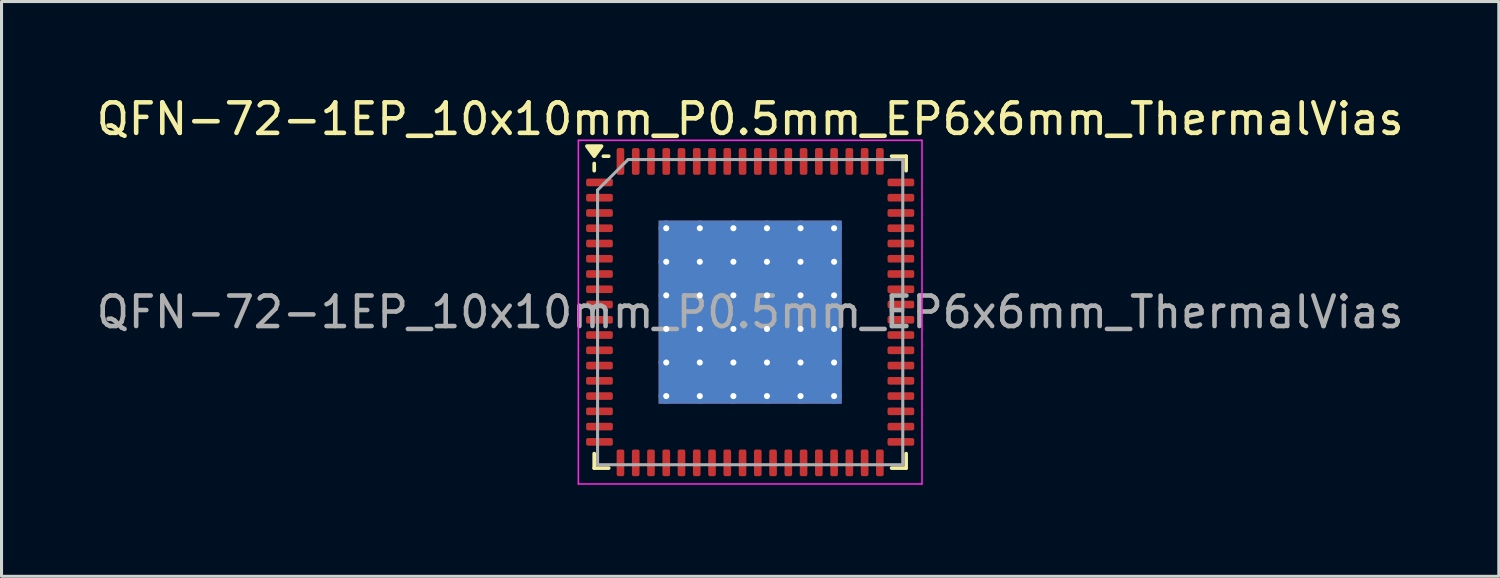
<source format=kicad_pcb>
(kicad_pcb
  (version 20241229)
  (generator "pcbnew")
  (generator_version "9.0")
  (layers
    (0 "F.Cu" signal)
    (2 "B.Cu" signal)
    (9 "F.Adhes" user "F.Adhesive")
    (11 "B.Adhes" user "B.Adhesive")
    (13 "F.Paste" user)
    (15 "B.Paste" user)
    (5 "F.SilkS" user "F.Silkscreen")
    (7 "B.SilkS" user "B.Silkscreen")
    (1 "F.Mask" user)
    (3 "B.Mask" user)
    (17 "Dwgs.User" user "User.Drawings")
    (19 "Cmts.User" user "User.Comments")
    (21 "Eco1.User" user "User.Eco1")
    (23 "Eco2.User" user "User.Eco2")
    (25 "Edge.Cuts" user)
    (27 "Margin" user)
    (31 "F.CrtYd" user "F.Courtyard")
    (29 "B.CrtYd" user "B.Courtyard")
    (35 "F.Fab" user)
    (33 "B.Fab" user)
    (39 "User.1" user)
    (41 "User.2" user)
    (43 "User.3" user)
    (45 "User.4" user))
  (footprint "QFN-72-1EP_10x10mm_P0.5mm_EP6x6mm_ThermalVias"
    (layer "F.Cu")
    (at 21.53 7.178)
    (property "Reference" "QFN-72-1EP_10x10mm_P0.5mm_EP6x6mm_ThermalVias" (at 0 -6.33 0) (layer "F.SilkS") (effects (font (size 1 1) (thickness 0.15))))
    (attr smd)
    (fp_line (start -5.11 -4.635) (end -5.11 -4.87) (stroke (width 0.12) (type solid)) (layer "F.SilkS"))
    (fp_line (start -5.11 5.11) (end -5.11 4.635) (stroke (width 0.12) (type solid)) (layer "F.SilkS"))
    (fp_line (start -4.635 -5.11) (end -4.81 -5.11) (stroke (width 0.12) (type solid)) (layer "F.SilkS"))
    (fp_line (start -4.635 5.11) (end -5.11 5.11) (stroke (width 0.12) (type solid)) (layer "F.SilkS"))
    (fp_line (start 4.635 -5.11) (end 5.11 -5.11) (stroke (width 0.12) (type solid)) (layer "F.SilkS"))
    (fp_line (start 4.635 5.11) (end 5.11 5.11) (stroke (width 0.12) (type solid)) (layer "F.SilkS"))
    (fp_line (start 5.11 -5.11) (end 5.11 -4.635) (stroke (width 0.12) (type solid)) (layer "F.SilkS"))
    (fp_line (start 5.11 5.11) (end 5.11 4.635) (stroke (width 0.12) (type solid)) (layer "F.SilkS"))
    (fp_poly (pts (xy -5.11 -5.11) (xy -5.35 -5.44) (xy -4.87 -5.44) (xy -5.11 -5.11)) (stroke (width 0.12) (type solid)) (fill yes) (layer "F.SilkS"))
    (fp_line (start -5.63 -5.63) (end -5.63 5.63) (stroke (width 0.05) (type solid)) (layer "F.CrtYd"))
    (fp_line (start -5.63 5.63) (end 5.63 5.63) (stroke (width 0.05) (type solid)) (layer "F.CrtYd"))
    (fp_line (start 5.63 -5.63) (end -5.63 -5.63) (stroke (width 0.05) (type solid)) (layer "F.CrtYd"))
    (fp_line (start 5.63 5.63) (end 5.63 -5.63) (stroke (width 0.05) (type solid)) (layer "F.CrtYd"))
    (fp_line (start -5 -4) (end -4 -5) (stroke (width 0.1) (type solid)) (layer "F.Fab"))
    (fp_line (start -5 5) (end -5 -4) (stroke (width 0.1) (type solid)) (layer "F.Fab"))
    (fp_line (start -4 -5) (end 5 -5) (stroke (width 0.1) (type solid)) (layer "F.Fab"))
    (fp_line (start 5 -5) (end 5 5) (stroke (width 0.1) (type solid)) (layer "F.Fab"))
    (fp_line (start 5 5) (end -5 5) (stroke (width 0.1) (type solid)) (layer "F.Fab"))
    (fp_text user "${REFERENCE}" (at 0 0 0) (layer "F.Fab") (effects (font (size 1 1) (thickness 0.15))))
    (pad "" smd roundrect (at -2.2 -2.2) (size 0.93 0.93) (layers "F.Paste") (roundrect_rratio 0.25))
    (pad "" smd roundrect (at -2.2 -1.1) (size 0.93 0.93) (layers "F.Paste") (roundrect_rratio 0.25))
    (pad "" smd roundrect (at -2.2 0) (size 0.93 0.93) (layers "F.Paste") (roundrect_rratio 0.25))
    (pad "" smd roundrect (at -2.2 1.1) (size 0.93 0.93) (layers "F.Paste") (roundrect_rratio 0.25))
    (pad "" smd roundrect (at -2.2 2.2) (size 0.93 0.93) (layers "F.Paste") (roundrect_rratio 0.25))
    (pad "" smd roundrect (at -1.1 -2.2) (size 0.93 0.93) (layers "F.Paste") (roundrect_rratio 0.25))
    (pad "" smd roundrect (at -1.1 -1.1) (size 0.93 0.93) (layers "F.Paste") (roundrect_rratio 0.25))
    (pad "" smd roundrect (at -1.1 0) (size 0.93 0.93) (layers "F.Paste") (roundrect_rratio 0.25))
    (pad "" smd roundrect (at -1.1 1.1) (size 0.93 0.93) (layers "F.Paste") (roundrect_rratio 0.25))
    (pad "" smd roundrect (at -1.1 2.2) (size 0.93 0.93) (layers "F.Paste") (roundrect_rratio 0.25))
    (pad "" smd roundrect (at 0 -2.2) (size 0.93 0.93) (layers "F.Paste") (roundrect_rratio 0.25))
    (pad "" smd roundrect (at 0 -1.1) (size 0.93 0.93) (layers "F.Paste") (roundrect_rratio 0.25))
    (pad "" smd roundrect (at 0 0) (size 0.93 0.93) (layers "F.Paste") (roundrect_rratio 0.25))
    (pad "" smd roundrect (at 0 1.1) (size 0.93 0.93) (layers "F.Paste") (roundrect_rratio 0.25))
    (pad "" smd roundrect (at 0 2.2) (size 0.93 0.93) (layers "F.Paste") (roundrect_rratio 0.25))
    (pad "" smd roundrect (at 1.1 -2.2) (size 0.93 0.93) (layers "F.Paste") (roundrect_rratio 0.25))
    (pad "" smd roundrect (at 1.1 -1.1) (size 0.93 0.93) (layers "F.Paste") (roundrect_rratio 0.25))
    (pad "" smd roundrect (at 1.1 0) (size 0.93 0.93) (layers "F.Paste") (roundrect_rratio 0.25))
    (pad "" smd roundrect (at 1.1 1.1) (size 0.93 0.93) (layers "F.Paste") (roundrect_rratio 0.25))
    (pad "" smd roundrect (at 1.1 2.2) (size 0.93 0.93) (layers "F.Paste") (roundrect_rratio 0.25))
    (pad "" smd roundrect (at 2.2 -2.2) (size 0.93 0.93) (layers "F.Paste") (roundrect_rratio 0.25))
    (pad "" smd roundrect (at 2.2 -1.1) (size 0.93 0.93) (layers "F.Paste") (roundrect_rratio 0.25))
    (pad "" smd roundrect (at 2.2 0) (size 0.93 0.93) (layers "F.Paste") (roundrect_rratio 0.25))
    (pad "" smd roundrect (at 2.2 1.1) (size 0.93 0.93) (layers "F.Paste") (roundrect_rratio 0.25))
    (pad "" smd roundrect (at 2.2 2.2) (size 0.93 0.93) (layers "F.Paste") (roundrect_rratio 0.25))
    (pad "1" smd roundrect (at -4.938 -4.25) (size 0.875 0.25) (layers "F.Cu" "F.Mask" "F.Paste") (roundrect_rratio 0.25))
    (pad "2" smd roundrect (at -4.938 -3.75) (size 0.875 0.25) (layers "F.Cu" "F.Mask" "F.Paste") (roundrect_rratio 0.25))
    (pad "3" smd roundrect (at -4.938 -3.25) (size 0.875 0.25) (layers "F.Cu" "F.Mask" "F.Paste") (roundrect_rratio 0.25))
    (pad "4" smd roundrect (at -4.938 -2.75) (size 0.875 0.25) (layers "F.Cu" "F.Mask" "F.Paste") (roundrect_rratio 0.25))
    (pad "5" smd roundrect (at -4.938 -2.25) (size 0.875 0.25) (layers "F.Cu" "F.Mask" "F.Paste") (roundrect_rratio 0.25))
    (pad "6" smd roundrect (at -4.938 -1.75) (size 0.875 0.25) (layers "F.Cu" "F.Mask" "F.Paste") (roundrect_rratio 0.25))
    (pad "7" smd roundrect (at -4.938 -1.25) (size 0.875 0.25) (layers "F.Cu" "F.Mask" "F.Paste") (roundrect_rratio 0.25))
    (pad "8" smd roundrect (at -4.938 -0.75) (size 0.875 0.25) (layers "F.Cu" "F.Mask" "F.Paste") (roundrect_rratio 0.25))
    (pad "9" smd roundrect (at -4.938 -0.25) (size 0.875 0.25) (layers "F.Cu" "F.Mask" "F.Paste") (roundrect_rratio 0.25))
    (pad "10" smd roundrect (at -4.938 0.25) (size 0.875 0.25) (layers "F.Cu" "F.Mask" "F.Paste") (roundrect_rratio 0.25))
    (pad "11" smd roundrect (at -4.938 0.75) (size 0.875 0.25) (layers "F.Cu" "F.Mask" "F.Paste") (roundrect_rratio 0.25))
    (pad "12" smd roundrect (at -4.938 1.25) (size 0.875 0.25) (layers "F.Cu" "F.Mask" "F.Paste") (roundrect_rratio 0.25))
    (pad "13" smd roundrect (at -4.938 1.75) (size 0.875 0.25) (layers "F.Cu" "F.Mask" "F.Paste") (roundrect_rratio 0.25))
    (pad "14" smd roundrect (at -4.938 2.25) (size 0.875 0.25) (layers "F.Cu" "F.Mask" "F.Paste") (roundrect_rratio 0.25))
    (pad "15" smd roundrect (at -4.938 2.75) (size 0.875 0.25) (layers "F.Cu" "F.Mask" "F.Paste") (roundrect_rratio 0.25))
    (pad "16" smd roundrect (at -4.938 3.25) (size 0.875 0.25) (layers "F.Cu" "F.Mask" "F.Paste") (roundrect_rratio 0.25))
    (pad "17" smd roundrect (at -4.938 3.75) (size 0.875 0.25) (layers "F.Cu" "F.Mask" "F.Paste") (roundrect_rratio 0.25))
    (pad "18" smd roundrect (at -4.938 4.25) (size 0.875 0.25) (layers "F.Cu" "F.Mask" "F.Paste") (roundrect_rratio 0.25))
    (pad "19" smd roundrect (at -4.25 4.938) (size 0.25 0.875) (layers "F.Cu" "F.Mask" "F.Paste") (roundrect_rratio 0.25))
    (pad "20" smd roundrect (at -3.75 4.938) (size 0.25 0.875) (layers "F.Cu" "F.Mask" "F.Paste") (roundrect_rratio 0.25))
    (pad "21" smd roundrect (at -3.25 4.938) (size 0.25 0.875) (layers "F.Cu" "F.Mask" "F.Paste") (roundrect_rratio 0.25))
    (pad "22" smd roundrect (at -2.75 4.938) (size 0.25 0.875) (layers "F.Cu" "F.Mask" "F.Paste") (roundrect_rratio 0.25))
    (pad "23" smd roundrect (at -2.25 4.938) (size 0.25 0.875) (layers "F.Cu" "F.Mask" "F.Paste") (roundrect_rratio 0.25))
    (pad "24" smd roundrect (at -1.75 4.938) (size 0.25 0.875) (layers "F.Cu" "F.Mask" "F.Paste") (roundrect_rratio 0.25))
    (pad "25" smd roundrect (at -1.25 4.938) (size 0.25 0.875) (layers "F.Cu" "F.Mask" "F.Paste") (roundrect_rratio 0.25))
    (pad "26" smd roundrect (at -0.75 4.938) (size 0.25 0.875) (layers "F.Cu" "F.Mask" "F.Paste") (roundrect_rratio 0.25))
    (pad "27" smd roundrect (at -0.25 4.938) (size 0.25 0.875) (layers "F.Cu" "F.Mask" "F.Paste") (roundrect_rratio 0.25))
    (pad "28" smd roundrect (at 0.25 4.938) (size 0.25 0.875) (layers "F.Cu" "F.Mask" "F.Paste") (roundrect_rratio 0.25))
    (pad "29" smd roundrect (at 0.75 4.938) (size 0.25 0.875) (layers "F.Cu" "F.Mask" "F.Paste") (roundrect_rratio 0.25))
    (pad "30" smd roundrect (at 1.25 4.938) (size 0.25 0.875) (layers "F.Cu" "F.Mask" "F.Paste") (roundrect_rratio 0.25))
    (pad "31" smd roundrect (at 1.75 4.938) (size 0.25 0.875) (layers "F.Cu" "F.Mask" "F.Paste") (roundrect_rratio 0.25))
    (pad "32" smd roundrect (at 2.25 4.938) (size 0.25 0.875) (layers "F.Cu" "F.Mask" "F.Paste") (roundrect_rratio 0.25))
    (pad "33" smd roundrect (at 2.75 4.938) (size 0.25 0.875) (layers "F.Cu" "F.Mask" "F.Paste") (roundrect_rratio 0.25))
    (pad "34" smd roundrect (at 3.25 4.938) (size 0.25 0.875) (layers "F.Cu" "F.Mask" "F.Paste") (roundrect_rratio 0.25))
    (pad "35" smd roundrect (at 3.75 4.938) (size 0.25 0.875) (layers "F.Cu" "F.Mask" "F.Paste") (roundrect_rratio 0.25))
    (pad "36" smd roundrect (at 4.25 4.938) (size 0.25 0.875) (layers "F.Cu" "F.Mask" "F.Paste") (roundrect_rratio 0.25))
    (pad "37" smd roundrect (at 4.938 4.25) (size 0.875 0.25) (layers "F.Cu" "F.Mask" "F.Paste") (roundrect_rratio 0.25))
    (pad "38" smd roundrect (at 4.938 3.75) (size 0.875 0.25) (layers "F.Cu" "F.Mask" "F.Paste") (roundrect_rratio 0.25))
    (pad "39" smd roundrect (at 4.938 3.25) (size 0.875 0.25) (layers "F.Cu" "F.Mask" "F.Paste") (roundrect_rratio 0.25))
    (pad "40" smd roundrect (at 4.938 2.75) (size 0.875 0.25) (layers "F.Cu" "F.Mask" "F.Paste") (roundrect_rratio 0.25))
    (pad "41" smd roundrect (at 4.938 2.25) (size 0.875 0.25) (layers "F.Cu" "F.Mask" "F.Paste") (roundrect_rratio 0.25))
    (pad "42" smd roundrect (at 4.938 1.75) (size 0.875 0.25) (layers "F.Cu" "F.Mask" "F.Paste") (roundrect_rratio 0.25))
    (pad "43" smd roundrect (at 4.938 1.25) (size 0.875 0.25) (layers "F.Cu" "F.Mask" "F.Paste") (roundrect_rratio 0.25))
    (pad "44" smd roundrect (at 4.938 0.75) (size 0.875 0.25) (layers "F.Cu" "F.Mask" "F.Paste") (roundrect_rratio 0.25))
    (pad "45" smd roundrect (at 4.938 0.25) (size 0.875 0.25) (layers "F.Cu" "F.Mask" "F.Paste") (roundrect_rratio 0.25))
    (pad "46" smd roundrect (at 4.938 -0.25) (size 0.875 0.25) (layers "F.Cu" "F.Mask" "F.Paste") (roundrect_rratio 0.25))
    (pad "47" smd roundrect (at 4.938 -0.75) (size 0.875 0.25) (layers "F.Cu" "F.Mask" "F.Paste") (roundrect_rratio 0.25))
    (pad "48" smd roundrect (at 4.938 -1.25) (size 0.875 0.25) (layers "F.Cu" "F.Mask" "F.Paste") (roundrect_rratio 0.25))
    (pad "49" smd roundrect (at 4.938 -1.75) (size 0.875 0.25) (layers "F.Cu" "F.Mask" "F.Paste") (roundrect_rratio 0.25))
    (pad "50" smd roundrect (at 4.938 -2.25) (size 0.875 0.25) (layers "F.Cu" "F.Mask" "F.Paste") (roundrect_rratio 0.25))
    (pad "51" smd roundrect (at 4.938 -2.75) (size 0.875 0.25) (layers "F.Cu" "F.Mask" "F.Paste") (roundrect_rratio 0.25))
    (pad "52" smd roundrect (at 4.938 -3.25) (size 0.875 0.25) (layers "F.Cu" "F.Mask" "F.Paste") (roundrect_rratio 0.25))
    (pad "53" smd roundrect (at 4.938 -3.75) (size 0.875 0.25) (layers "F.Cu" "F.Mask" "F.Paste") (roundrect_rratio 0.25))
    (pad "54" smd roundrect (at 4.938 -4.25) (size 0.875 0.25) (layers "F.Cu" "F.Mask" "F.Paste") (roundrect_rratio 0.25))
    (pad "55" smd roundrect (at 4.25 -4.938) (size 0.25 0.875) (layers "F.Cu" "F.Mask" "F.Paste") (roundrect_rratio 0.25))
    (pad "56" smd roundrect (at 3.75 -4.938) (size 0.25 0.875) (layers "F.Cu" "F.Mask" "F.Paste") (roundrect_rratio 0.25))
    (pad "57" smd roundrect (at 3.25 -4.938) (size 0.25 0.875) (layers "F.Cu" "F.Mask" "F.Paste") (roundrect_rratio 0.25))
    (pad "58" smd roundrect (at 2.75 -4.938) (size 0.25 0.875) (layers "F.Cu" "F.Mask" "F.Paste") (roundrect_rratio 0.25))
    (pad "59" smd roundrect (at 2.25 -4.938) (size 0.25 0.875) (layers "F.Cu" "F.Mask" "F.Paste") (roundrect_rratio 0.25))
    (pad "60" smd roundrect (at 1.75 -4.938) (size 0.25 0.875) (layers "F.Cu" "F.Mask" "F.Paste") (roundrect_rratio 0.25))
    (pad "61" smd roundrect (at 1.25 -4.938) (size 0.25 0.875) (layers "F.Cu" "F.Mask" "F.Paste") (roundrect_rratio 0.25))
    (pad "62" smd roundrect (at 0.75 -4.938) (size 0.25 0.875) (layers "F.Cu" "F.Mask" "F.Paste") (roundrect_rratio 0.25))
    (pad "63" smd roundrect (at 0.25 -4.938) (size 0.25 0.875) (layers "F.Cu" "F.Mask" "F.Paste") (roundrect_rratio 0.25))
    (pad "64" smd roundrect (at -0.25 -4.938) (size 0.25 0.875) (layers "F.Cu" "F.Mask" "F.Paste") (roundrect_rratio 0.25))
    (pad "65" smd roundrect (at -0.75 -4.938) (size 0.25 0.875) (layers "F.Cu" "F.Mask" "F.Paste") (roundrect_rratio 0.25))
    (pad "66" smd roundrect (at -1.25 -4.938) (size 0.25 0.875) (layers "F.Cu" "F.Mask" "F.Paste") (roundrect_rratio 0.25))
    (pad "67" smd roundrect (at -1.75 -4.938) (size 0.25 0.875) (layers "F.Cu" "F.Mask" "F.Paste") (roundrect_rratio 0.25))
    (pad "68" smd roundrect (at -2.25 -4.938) (size 0.25 0.875) (layers "F.Cu" "F.Mask" "F.Paste") (roundrect_rratio 0.25))
    (pad "69" smd roundrect (at -2.75 -4.938) (size 0.25 0.875) (layers "F.Cu" "F.Mask" "F.Paste") (roundrect_rratio 0.25))
    (pad "70" smd roundrect (at -3.25 -4.938) (size 0.25 0.875) (layers "F.Cu" "F.Mask" "F.Paste") (roundrect_rratio 0.25))
    (pad "71" smd roundrect (at -3.75 -4.938) (size 0.25 0.875) (layers "F.Cu" "F.Mask" "F.Paste") (roundrect_rratio 0.25))
    (pad "72" smd roundrect (at -4.25 -4.938) (size 0.25 0.875) (layers "F.Cu" "F.Mask" "F.Paste") (roundrect_rratio 0.25))
    (pad "73" thru_hole circle (at -2.75 -2.75) (size 0.5 0.5) (drill 0.2) (property pad_prop_heatsink) (layers "*.Cu"))
    (pad "73" thru_hole circle (at -2.75 -1.65) (size 0.5 0.5) (drill 0.2) (property pad_prop_heatsink) (layers "*.Cu"))
    (pad "73" thru_hole circle (at -2.75 -0.55) (size 0.5 0.5) (drill 0.2) (property pad_prop_heatsink) (layers "*.Cu"))
    (pad "73" thru_hole circle (at -2.75 0.55) (size 0.5 0.5) (drill 0.2) (property pad_prop_heatsink) (layers "*.Cu"))
    (pad "73" thru_hole circle (at -2.75 1.65) (size 0.5 0.5) (drill 0.2) (property pad_prop_heatsink) (layers "*.Cu"))
    (pad "73" thru_hole circle (at -2.75 2.75) (size 0.5 0.5) (drill 0.2) (property pad_prop_heatsink) (layers "*.Cu"))
    (pad "73" thru_hole circle (at -1.65 -2.75) (size 0.5 0.5) (drill 0.2) (property pad_prop_heatsink) (layers "*.Cu"))
    (pad "73" thru_hole circle (at -1.65 -1.65) (size 0.5 0.5) (drill 0.2) (property pad_prop_heatsink) (layers "*.Cu"))
    (pad "73" thru_hole circle (at -1.65 -0.55) (size 0.5 0.5) (drill 0.2) (property pad_prop_heatsink) (layers "*.Cu"))
    (pad "73" thru_hole circle (at -1.65 0.55) (size 0.5 0.5) (drill 0.2) (property pad_prop_heatsink) (layers "*.Cu"))
    (pad "73" thru_hole circle (at -1.65 1.65) (size 0.5 0.5) (drill 0.2) (property pad_prop_heatsink) (layers "*.Cu"))
    (pad "73" thru_hole circle (at -1.65 2.75) (size 0.5 0.5) (drill 0.2) (property pad_prop_heatsink) (layers "*.Cu"))
    (pad "73" thru_hole circle (at -0.55 -2.75) (size 0.5 0.5) (drill 0.2) (property pad_prop_heatsink) (layers "*.Cu"))
    (pad "73" thru_hole circle (at -0.55 -1.65) (size 0.5 0.5) (drill 0.2) (property pad_prop_heatsink) (layers "*.Cu"))
    (pad "73" thru_hole circle (at -0.55 -0.55) (size 0.5 0.5) (drill 0.2) (property pad_prop_heatsink) (layers "*.Cu"))
    (pad "73" thru_hole circle (at -0.55 0.55) (size 0.5 0.5) (drill 0.2) (property pad_prop_heatsink) (layers "*.Cu"))
    (pad "73" thru_hole circle (at -0.55 1.65) (size 0.5 0.5) (drill 0.2) (property pad_prop_heatsink) (layers "*.Cu"))
    (pad "73" thru_hole circle (at -0.55 2.75) (size 0.5 0.5) (drill 0.2) (property pad_prop_heatsink) (layers "*.Cu"))
    (pad "73" smd rect (at 0 0) (size 6 6) (property pad_prop_heatsink) (layers "F.Cu" "F.Mask"))
    (pad "73" smd rect (at 0 0) (size 6 6) (property pad_prop_heatsink) (layers "B.Cu"))
    (pad "73" thru_hole circle (at 0.55 -2.75) (size 0.5 0.5) (drill 0.2) (property pad_prop_heatsink) (layers "*.Cu"))
    (pad "73" thru_hole circle (at 0.55 -1.65) (size 0.5 0.5) (drill 0.2) (property pad_prop_heatsink) (layers "*.Cu"))
    (pad "73" thru_hole circle (at 0.55 -0.55) (size 0.5 0.5) (drill 0.2) (property pad_prop_heatsink) (layers "*.Cu"))
    (pad "73" thru_hole circle (at 0.55 0.55) (size 0.5 0.5) (drill 0.2) (property pad_prop_heatsink) (layers "*.Cu"))
    (pad "73" thru_hole circle (at 0.55 1.65) (size 0.5 0.5) (drill 0.2) (property pad_prop_heatsink) (layers "*.Cu"))
    (pad "73" thru_hole circle (at 0.55 2.75) (size 0.5 0.5) (drill 0.2) (property pad_prop_heatsink) (layers "*.Cu"))
    (pad "73" thru_hole circle (at 1.65 -2.75) (size 0.5 0.5) (drill 0.2) (property pad_prop_heatsink) (layers "*.Cu"))
    (pad "73" thru_hole circle (at 1.65 -1.65) (size 0.5 0.5) (drill 0.2) (property pad_prop_heatsink) (layers "*.Cu"))
    (pad "73" thru_hole circle (at 1.65 -0.55) (size 0.5 0.5) (drill 0.2) (property pad_prop_heatsink) (layers "*.Cu"))
    (pad "73" thru_hole circle (at 1.65 0.55) (size 0.5 0.5) (drill 0.2) (property pad_prop_heatsink) (layers "*.Cu"))
    (pad "73" thru_hole circle (at 1.65 1.65) (size 0.5 0.5) (drill 0.2) (property pad_prop_heatsink) (layers "*.Cu"))
    (pad "73" thru_hole circle (at 1.65 2.75) (size 0.5 0.5) (drill 0.2) (property pad_prop_heatsink) (layers "*.Cu"))
    (pad "73" thru_hole circle (at 2.75 -2.75) (size 0.5 0.5) (drill 0.2) (property pad_prop_heatsink) (layers "*.Cu"))
    (pad "73" thru_hole circle (at 2.75 -1.65) (size 0.5 0.5) (drill 0.2) (property pad_prop_heatsink) (layers "*.Cu"))
    (pad "73" thru_hole circle (at 2.75 -0.55) (size 0.5 0.5) (drill 0.2) (property pad_prop_heatsink) (layers "*.Cu"))
    (pad "73" thru_hole circle (at 2.75 0.55) (size 0.5 0.5) (drill 0.2) (property pad_prop_heatsink) (layers "*.Cu"))
    (pad "73" thru_hole circle (at 2.75 1.65) (size 0.5 0.5) (drill 0.2) (property pad_prop_heatsink) (layers "*.Cu"))
    (pad "73" thru_hole circle (at 2.75 2.75) (size 0.5 0.5) (drill 0.2) (property pad_prop_heatsink) (layers "*.Cu")))
  (gr_rect
    (start -3 -3)
    (end 46.06 15.833)
    (stroke (width 0.1) (type default))
    (fill no)
    (layer "Edge.Cuts")))
</source>
